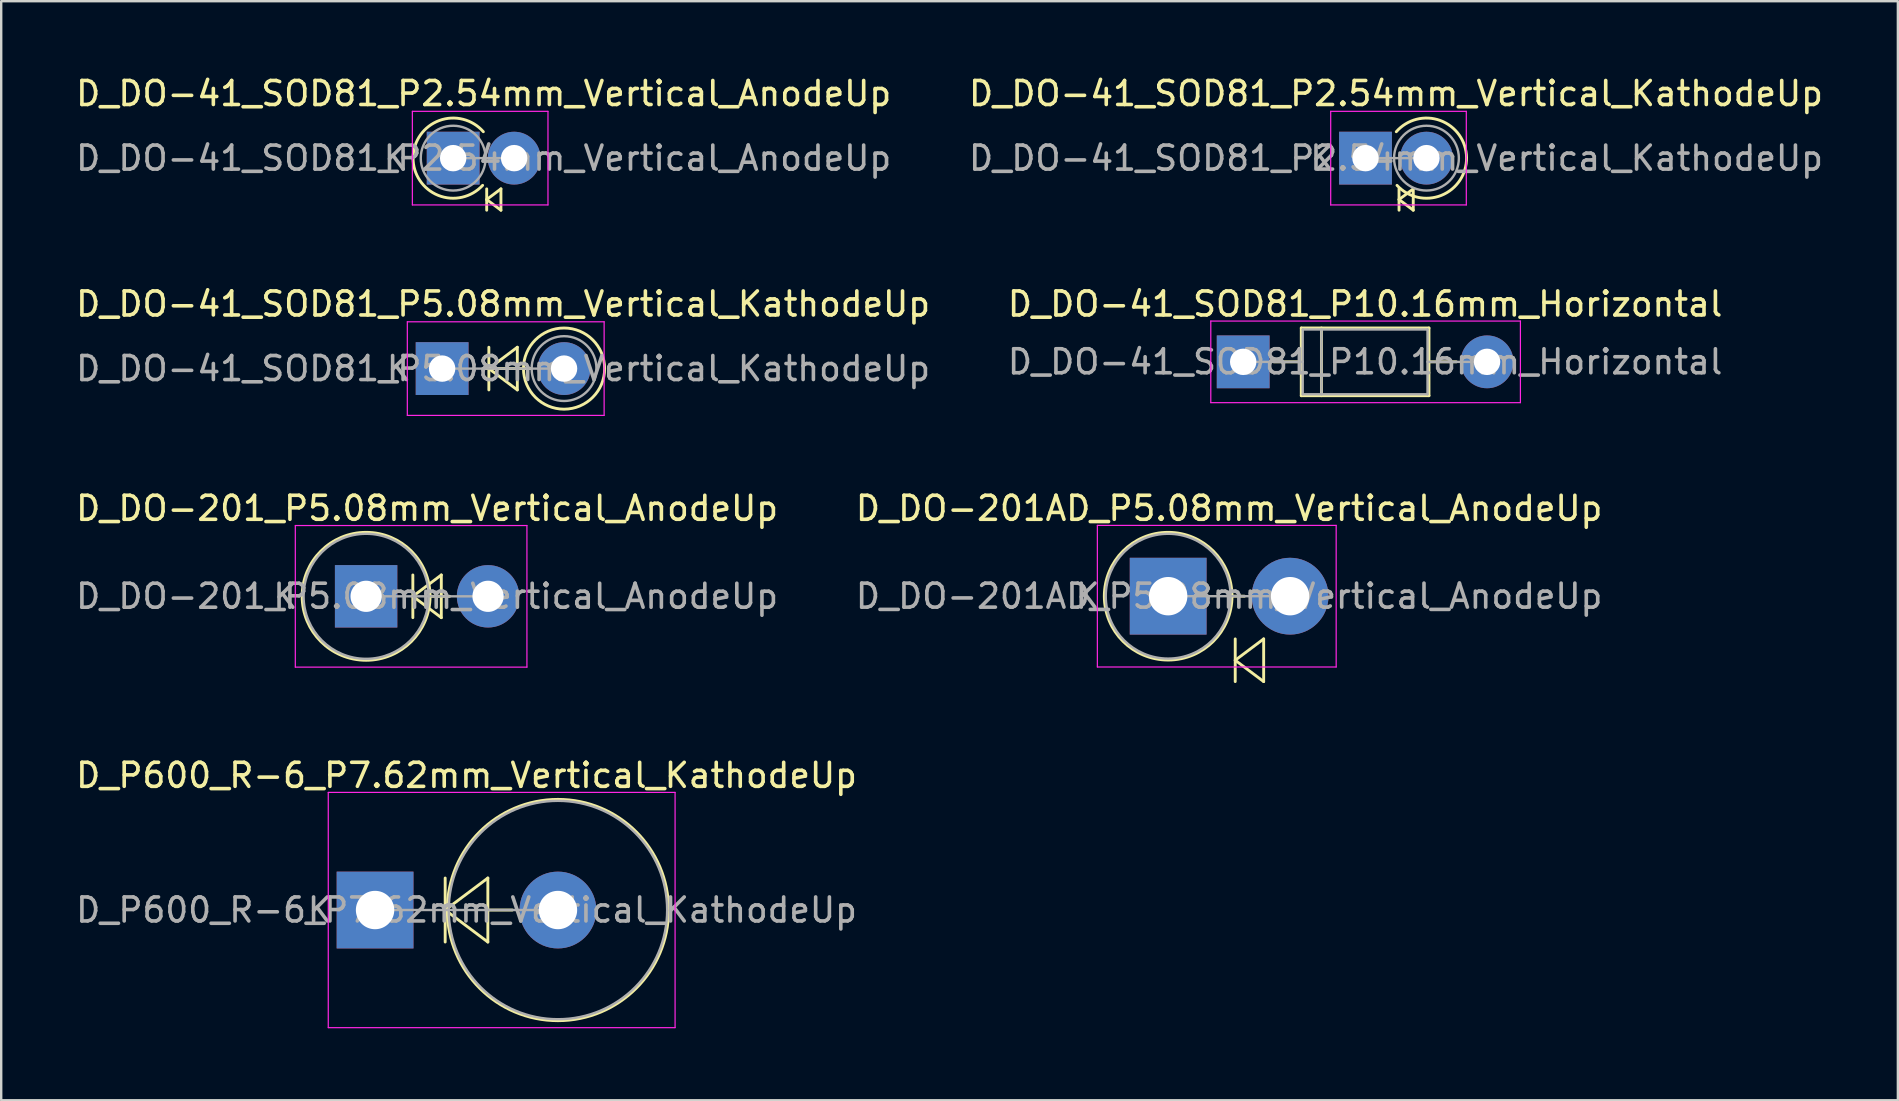
<source format=kicad_pcb>
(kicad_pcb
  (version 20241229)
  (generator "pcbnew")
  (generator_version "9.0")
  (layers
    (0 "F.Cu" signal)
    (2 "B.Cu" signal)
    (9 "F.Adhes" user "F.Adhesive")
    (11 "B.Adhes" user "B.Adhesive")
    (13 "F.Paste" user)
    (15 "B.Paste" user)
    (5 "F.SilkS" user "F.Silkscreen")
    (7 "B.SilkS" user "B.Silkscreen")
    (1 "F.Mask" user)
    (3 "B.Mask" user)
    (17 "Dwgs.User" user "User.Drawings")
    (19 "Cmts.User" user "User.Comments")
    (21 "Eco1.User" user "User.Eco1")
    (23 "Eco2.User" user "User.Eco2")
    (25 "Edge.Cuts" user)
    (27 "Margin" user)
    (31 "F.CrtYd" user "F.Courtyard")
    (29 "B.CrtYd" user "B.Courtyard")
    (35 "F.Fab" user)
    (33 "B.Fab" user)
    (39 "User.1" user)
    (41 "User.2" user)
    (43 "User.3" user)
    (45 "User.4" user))
  (footprint "D_DO-201AD_P5.08mm_Vertical_AnodeUp"
    (layer "F.Cu")
    (at 45.621 21.79)
    (property "Reference" "D_DO-201AD_P5.08mm_Vertical_AnodeUp" (at 2.54 -3.66 0) (layer "F.SilkS") (effects (font (size 1 1) (thickness 0.15))))
    (attr through_hole)
    (fp_line (start 2.66 0) (end 3.18 0) (stroke (width 0.12) (type solid)) (layer "F.SilkS"))
    (fp_line (start 2.794 1.78) (end 2.794 3.558) (stroke (width 0.12) (type solid)) (layer "F.SilkS"))
    (fp_line (start 2.794 2.669) (end 3.979 1.78) (stroke (width 0.12) (type solid)) (layer "F.SilkS"))
    (fp_line (start 3.979 1.78) (end 3.979 3.558) (stroke (width 0.12) (type solid)) (layer "F.SilkS"))
    (fp_line (start 3.979 3.558) (end 2.794 2.669) (stroke (width 0.12) (type solid)) (layer "F.SilkS"))
    (fp_circle (center 0 0) (end 2.66 0) (stroke (width 0.12) (type solid)) (fill no) (layer "F.SilkS"))
    (fp_line (start -2.95 -2.95) (end -2.95 2.95) (stroke (width 0.05) (type solid)) (layer "F.CrtYd"))
    (fp_line (start -2.95 2.95) (end 7 2.95) (stroke (width 0.05) (type solid)) (layer "F.CrtYd"))
    (fp_line (start 7 -2.95) (end -2.95 -2.95) (stroke (width 0.05) (type solid)) (layer "F.CrtYd"))
    (fp_line (start 7 2.95) (end 7 -2.95) (stroke (width 0.05) (type solid)) (layer "F.CrtYd"))
    (fp_line (start 0 0) (end 5.08 0) (stroke (width 0.1) (type solid)) (layer "F.Fab"))
    (fp_circle (center 0 0) (end 2.6 0) (stroke (width 0.1) (type solid)) (fill no) (layer "F.Fab"))
    (fp_text user "K" (at -3.36 0 0) (layer "F.Fab") (effects (font (size 1 1) (thickness 0.15))))
    (fp_text user "${REFERENCE}" (at 2.54 0 0) (layer "F.Fab") (effects (font (size 1 1) (thickness 0.15))))
    (pad "1" thru_hole rect (at 0 0) (size 3.2 3.2) (drill 1.6) (layers "*.Cu" "*.Mask"))
    (pad "2" thru_hole oval (at 5.08 0) (size 3.2 3.2) (drill 1.6) (layers "*.Cu" "*.Mask")))
  (footprint "D_DO-201_P5.08mm_Vertical_AnodeUp"
    (layer "F.Cu")
    (at 12.204 21.795)
    (property "Reference" "D_DO-201_P5.08mm_Vertical_AnodeUp" (at 2.54 -3.665 0) (layer "F.SilkS") (effects (font (size 1 1) (thickness 0.15))))
    (attr through_hole)
    (fp_line (start 1.947 -0.889) (end 1.947 0.889) (stroke (width 0.12) (type solid)) (layer "F.SilkS"))
    (fp_line (start 1.947 0) (end 3.133 -0.889) (stroke (width 0.12) (type solid)) (layer "F.SilkS"))
    (fp_line (start 2.665 0) (end 3.48 0) (stroke (width 0.12) (type solid)) (layer "F.SilkS"))
    (fp_line (start 3.133 -0.889) (end 3.133 0.889) (stroke (width 0.12) (type solid)) (layer "F.SilkS"))
    (fp_line (start 3.133 0.889) (end 1.947 0) (stroke (width 0.12) (type solid)) (layer "F.SilkS"))
    (fp_circle (center 0 0) (end 2.665 0) (stroke (width 0.12) (type solid)) (fill no) (layer "F.SilkS"))
    (fp_line (start -2.95 -2.95) (end -2.95 2.95) (stroke (width 0.05) (type solid)) (layer "F.CrtYd"))
    (fp_line (start -2.95 2.95) (end 6.7 2.95) (stroke (width 0.05) (type solid)) (layer "F.CrtYd"))
    (fp_line (start 6.7 -2.95) (end -2.95 -2.95) (stroke (width 0.05) (type solid)) (layer "F.CrtYd"))
    (fp_line (start 6.7 2.95) (end 6.7 -2.95) (stroke (width 0.05) (type solid)) (layer "F.CrtYd"))
    (fp_line (start 0 0) (end 5.08 0) (stroke (width 0.1) (type solid)) (layer "F.Fab"))
    (fp_circle (center 0 0) (end 2.605 0) (stroke (width 0.1) (type solid)) (fill no) (layer "F.Fab"))
    (fp_text user "${REFERENCE}" (at 2.54 0 0) (layer "F.Fab") (effects (font (size 1 1) (thickness 0.15))))
    (fp_text user "K" (at -3.365 0 0) (layer "F.Fab") (effects (font (size 1 1) (thickness 0.15))))
    (pad "1" thru_hole rect (at 0 0) (size 2.6 2.6) (drill 1.3) (layers "*.Cu" "*.Mask"))
    (pad "2" thru_hole oval (at 5.08 0) (size 2.6 2.6) (drill 1.3) (layers "*.Cu" "*.Mask")))
  (footprint "D_DO-41_SOD81_P2.54mm_Vertical_KathodeUp"
    (layer "F.Cu")
    (at 53.843 3.539)
    (property "Reference" "D_DO-41_SOD81_P2.54mm_Vertical_KathodeUp" (at 1.27 -2.691 0) (layer "F.SilkS") (effects (font (size 1 1) (thickness 0.15))))
    (attr through_hole)
    (fp_line (start 1.397 1.28) (end 1.397 2.169) (stroke (width 0.12) (type solid)) (layer "F.SilkS"))
    (fp_line (start 1.397 1.724) (end 1.99 1.28) (stroke (width 0.12) (type solid)) (layer "F.SilkS"))
    (fp_line (start 1.99 1.28) (end 1.99 2.169) (stroke (width 0.12) (type solid)) (layer "F.SilkS"))
    (fp_line (start 1.99 2.169) (end 1.397 1.724) (stroke (width 0.12) (type solid)) (layer "F.SilkS"))
    (fp_arc (start 1.282484 -1.1) (mid 4.21058 -0.022525) (end 1.312599 1.133505) (stroke (width 0.12) (type solid)) (layer "F.SilkS"))
    (fp_line (start -1.45 -1.95) (end -1.45 1.95) (stroke (width 0.05) (type solid)) (layer "F.CrtYd"))
    (fp_line (start -1.45 1.95) (end 4.2 1.95) (stroke (width 0.05) (type solid)) (layer "F.CrtYd"))
    (fp_line (start 4.2 -1.95) (end -1.45 -1.95) (stroke (width 0.05) (type solid)) (layer "F.CrtYd"))
    (fp_line (start 4.2 1.95) (end 4.2 -1.95) (stroke (width 0.05) (type solid)) (layer "F.CrtYd"))
    (fp_line (start 0 0) (end 2.54 0) (stroke (width 0.1) (type solid)) (layer "F.Fab"))
    (fp_circle (center 2.54 0) (end 3.89 0) (stroke (width 0.1) (type solid)) (fill no) (layer "F.Fab"))
    (fp_text user "${REFERENCE}" (at 1.27 0 0) (layer "F.Fab") (effects (font (size 1 1) (thickness 0.15))))
    (fp_text user "K" (at -1.8 0 0) (layer "F.Fab") (effects (font (size 1 1) (thickness 0.15))))
    (pad "1" thru_hole rect (at 0 0) (size 2.2 2.2) (drill 1.1) (layers "*.Cu" "*.Mask"))
    (pad "2" thru_hole oval (at 2.54 0) (size 2.2 2.2) (drill 1.1) (layers "*.Cu" "*.Mask")))
  (footprint "D_DO-41_SOD81_P5.08mm_Vertical_KathodeUp"
    (layer "F.Cu")
    (at 15.371 12.307)
    (property "Reference" "D_DO-41_SOD81_P5.08mm_Vertical_KathodeUp" (at 2.54 -2.691 0) (layer "F.SilkS") (effects (font (size 1 1) (thickness 0.15))))
    (attr through_hole)
    (fp_line (start 1.691 0) (end 3.68 0) (stroke (width 0.12) (type solid)) (layer "F.SilkS"))
    (fp_line (start 1.947 -0.889) (end 1.947 0.889) (stroke (width 0.12) (type solid)) (layer "F.SilkS"))
    (fp_line (start 1.947 0) (end 3.133 -0.889) (stroke (width 0.12) (type solid)) (layer "F.SilkS"))
    (fp_line (start 3.133 -0.889) (end 3.133 0.889) (stroke (width 0.12) (type solid)) (layer "F.SilkS"))
    (fp_line (start 3.133 0.889) (end 1.947 0) (stroke (width 0.12) (type solid)) (layer "F.SilkS"))
    (fp_circle (center 5.08 0) (end 6.771 0) (stroke (width 0.12) (type solid)) (fill no) (layer "F.SilkS"))
    (fp_line (start -1.45 -1.95) (end -1.45 1.95) (stroke (width 0.05) (type solid)) (layer "F.CrtYd"))
    (fp_line (start -1.45 1.95) (end 6.75 1.95) (stroke (width 0.05) (type solid)) (layer "F.CrtYd"))
    (fp_line (start 6.75 -1.95) (end -1.45 -1.95) (stroke (width 0.05) (type solid)) (layer "F.CrtYd"))
    (fp_line (start 6.75 1.95) (end 6.75 -1.95) (stroke (width 0.05) (type solid)) (layer "F.CrtYd"))
    (fp_line (start 0 0) (end 5.08 0) (stroke (width 0.1) (type solid)) (layer "F.Fab"))
    (fp_circle (center 5.08 0) (end 6.43 0) (stroke (width 0.1) (type solid)) (fill no) (layer "F.Fab"))
    (fp_text user "${REFERENCE}" (at 2.54 0 0) (layer "F.Fab") (effects (font (size 1 1) (thickness 0.15))))
    (fp_text user "K" (at -1.8 0 0) (layer "F.Fab") (effects (font (size 1 1) (thickness 0.15))))
    (pad "1" thru_hole rect (at 0 0) (size 2.2 2.2) (drill 1.1) (layers "*.Cu" "*.Mask"))
    (pad "2" thru_hole oval (at 5.08 0) (size 2.2 2.2) (drill 1.1) (layers "*.Cu" "*.Mask")))
  (footprint "D_P600_R-6_P7.62mm_Vertical_KathodeUp"
    (layer "F.Cu")
    (at 12.577 34.866)
    (property "Reference" "D_P600_R-6_P7.62mm_Vertical_KathodeUp" (at 3.81 -5.61 0) (layer "F.SilkS") (effects (font (size 1 1) (thickness 0.15))))
    (attr through_hole)
    (fp_line (start 2.921 -1.333) (end 2.921 1.333) (stroke (width 0.12) (type solid)) (layer "F.SilkS"))
    (fp_line (start 2.921 0) (end 4.699 -1.333) (stroke (width 0.12) (type solid)) (layer "F.SilkS"))
    (fp_line (start 4.61 0) (end 5.72 0) (stroke (width 0.12) (type solid)) (layer "F.SilkS"))
    (fp_line (start 4.699 -1.333) (end 4.699 1.333) (stroke (width 0.12) (type solid)) (layer "F.SilkS"))
    (fp_line (start 4.699 1.333) (end 2.921 0) (stroke (width 0.12) (type solid)) (layer "F.SilkS"))
    (fp_circle (center 7.62 0) (end 12.23 0) (stroke (width 0.12) (type solid)) (fill no) (layer "F.SilkS"))
    (fp_line (start -1.95 -4.9) (end -1.95 4.9) (stroke (width 0.05) (type solid)) (layer "F.CrtYd"))
    (fp_line (start -1.95 4.9) (end 12.5 4.9) (stroke (width 0.05) (type solid)) (layer "F.CrtYd"))
    (fp_line (start 12.5 -4.9) (end -1.95 -4.9) (stroke (width 0.05) (type solid)) (layer "F.CrtYd"))
    (fp_line (start 12.5 4.9) (end 12.5 -4.9) (stroke (width 0.05) (type solid)) (layer "F.CrtYd"))
    (fp_line (start 0 0) (end 7.62 0) (stroke (width 0.1) (type solid)) (layer "F.Fab"))
    (fp_circle (center 7.62 0) (end 12.17 0) (stroke (width 0.1) (type solid)) (fill no) (layer "F.Fab"))
    (fp_text user "K" (at -2.3 0 0) (layer "F.Fab") (effects (font (size 1 1) (thickness 0.15))))
    (fp_text user "${REFERENCE}" (at 3.81 0 0) (layer "F.Fab") (effects (font (size 1 1) (thickness 0.15))))
    (pad "1" thru_hole rect (at 0 0) (size 3.2 3.2) (drill 1.6) (layers "*.Cu" "*.Mask"))
    (pad "2" thru_hole oval (at 7.62 0) (size 3.2 3.2) (drill 1.6) (layers "*.Cu" "*.Mask")))
  (footprint "D_DO-41_SOD81_P2.54mm_Vertical_AnodeUp"
    (layer "F.Cu")
    (at 15.831 3.539)
    (property "Reference" "D_DO-41_SOD81_P2.54mm_Vertical_AnodeUp" (at 1.27 -2.691 0) (layer "F.SilkS") (effects (font (size 1 1) (thickness 0.15))))
    (attr through_hole)
    (fp_line (start 1.397 1.28) (end 1.397 2.169) (stroke (width 0.12) (type solid)) (layer "F.SilkS"))
    (fp_line (start 1.397 1.724) (end 1.99 1.28) (stroke (width 0.12) (type solid)) (layer "F.SilkS"))
    (fp_line (start 1.99 1.28) (end 1.99 2.169) (stroke (width 0.12) (type solid)) (layer "F.SilkS"))
    (fp_line (start 1.99 2.169) (end 1.397 1.724) (stroke (width 0.12) (type solid)) (layer "F.SilkS"))
    (fp_arc (start 1.227401 1.133505) (mid -1.670581 -0.022525) (end 1.257516 -1.1) (stroke (width 0.12) (type solid)) (layer "F.SilkS"))
    (fp_line (start -1.7 -1.95) (end -1.7 1.95) (stroke (width 0.05) (type solid)) (layer "F.CrtYd"))
    (fp_line (start -1.7 1.95) (end 3.95 1.95) (stroke (width 0.05) (type solid)) (layer "F.CrtYd"))
    (fp_line (start 3.95 -1.95) (end -1.7 -1.95) (stroke (width 0.05) (type solid)) (layer "F.CrtYd"))
    (fp_line (start 3.95 1.95) (end 3.95 -1.95) (stroke (width 0.05) (type solid)) (layer "F.CrtYd"))
    (fp_line (start 0 0) (end 2.54 0) (stroke (width 0.1) (type solid)) (layer "F.Fab"))
    (fp_circle (center 0 0) (end 1.35 0) (stroke (width 0.1) (type solid)) (fill no) (layer "F.Fab"))
    (fp_text user "${REFERENCE}" (at 1.27 0 0) (layer "F.Fab") (effects (font (size 1 1) (thickness 0.15))))
    (fp_text user "K" (at -2.391 0 0) (layer "F.Fab") (effects (font (size 1 1) (thickness 0.15))))
    (pad "1" thru_hole rect (at 0 0) (size 2.2 2.2) (drill 1.1) (layers "*.Cu" "*.Mask"))
    (pad "2" thru_hole oval (at 2.54 0) (size 2.2 2.2) (drill 1.1) (layers "*.Cu" "*.Mask")))
  (footprint "D_DO-41_SOD81_P10.16mm_Horizontal"
    (layer "F.Cu")
    (at 48.747 12.026)
    (property "Reference" "D_DO-41_SOD81_P10.16mm_Horizontal" (at 5.08 -2.41 0) (layer "F.SilkS") (effects (font (size 1 1) (thickness 0.15))))
    (attr through_hole)
    (fp_line (start 1.28 0) (end 2.42 0) (stroke (width 0.12) (type solid)) (layer "F.SilkS"))
    (fp_line (start 2.42 -1.41) (end 2.42 1.41) (stroke (width 0.12) (type solid)) (layer "F.SilkS"))
    (fp_line (start 2.42 1.41) (end 7.74 1.41) (stroke (width 0.12) (type solid)) (layer "F.SilkS"))
    (fp_line (start 3.26 -1.41) (end 3.26 1.41) (stroke (width 0.12) (type solid)) (layer "F.SilkS"))
    (fp_line (start 7.74 -1.41) (end 2.42 -1.41) (stroke (width 0.12) (type solid)) (layer "F.SilkS"))
    (fp_line (start 7.74 1.41) (end 7.74 -1.41) (stroke (width 0.12) (type solid)) (layer "F.SilkS"))
    (fp_line (start 8.88 0) (end 7.74 0) (stroke (width 0.12) (type solid)) (layer "F.SilkS"))
    (fp_line (start -1.35 -1.7) (end -1.35 1.7) (stroke (width 0.05) (type solid)) (layer "F.CrtYd"))
    (fp_line (start -1.35 1.7) (end 11.55 1.7) (stroke (width 0.05) (type solid)) (layer "F.CrtYd"))
    (fp_line (start 11.55 -1.7) (end -1.35 -1.7) (stroke (width 0.05) (type solid)) (layer "F.CrtYd"))
    (fp_line (start 11.55 1.7) (end 11.55 -1.7) (stroke (width 0.05) (type solid)) (layer "F.CrtYd"))
    (fp_line (start 0 0) (end 2.48 0) (stroke (width 0.1) (type solid)) (layer "F.Fab"))
    (fp_line (start 2.48 -1.35) (end 2.48 1.35) (stroke (width 0.1) (type solid)) (layer "F.Fab"))
    (fp_line (start 2.48 1.35) (end 7.68 1.35) (stroke (width 0.1) (type solid)) (layer "F.Fab"))
    (fp_line (start 3.26 -1.35) (end 3.26 1.35) (stroke (width 0.1) (type solid)) (layer "F.Fab"))
    (fp_line (start 7.68 -1.35) (end 2.48 -1.35) (stroke (width 0.1) (type solid)) (layer "F.Fab"))
    (fp_line (start 7.68 1.35) (end 7.68 -1.35) (stroke (width 0.1) (type solid)) (layer "F.Fab"))
    (fp_line (start 10.16 0) (end 7.68 0) (stroke (width 0.1) (type solid)) (layer "F.Fab"))
    (fp_text user "${REFERENCE}" (at 5.08 0 0) (layer "F.Fab") (effects (font (size 1 1) (thickness 0.15))))
    (pad "1" thru_hole rect (at 0 0) (size 2.2 2.2) (drill 1.1) (layers "*.Cu" "*.Mask"))
    (pad "2" thru_hole oval (at 10.16 0) (size 2.2 2.2) (drill 1.1) (layers "*.Cu" "*.Mask")))
  (gr_rect
    (start -3 -3)
    (end 76.024 42.791)
    (stroke (width 0.1) (type default))
    (fill no)
    (layer "Edge.Cuts")))
</source>
